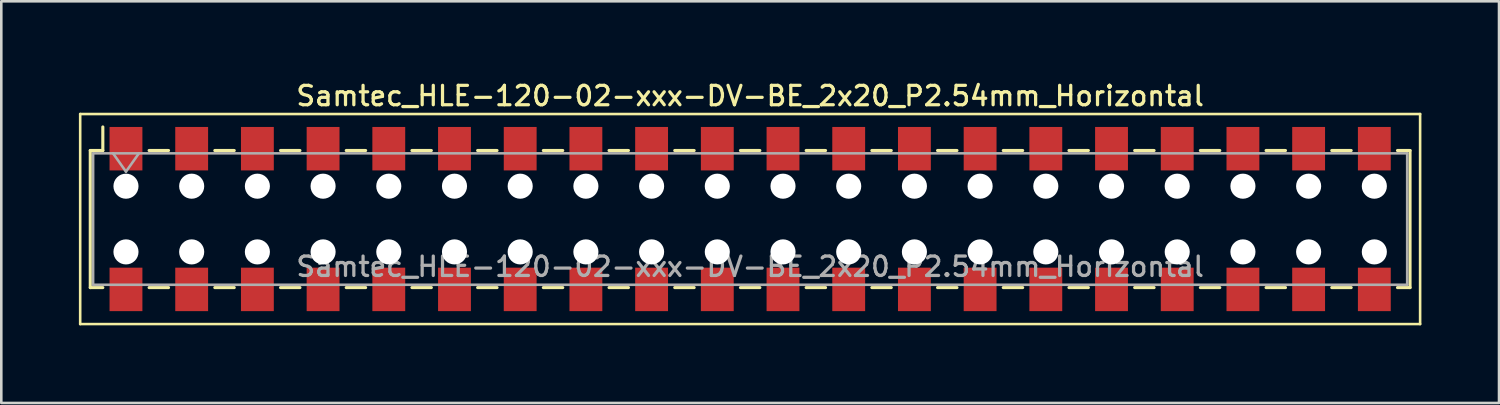
<source format=kicad_pcb>
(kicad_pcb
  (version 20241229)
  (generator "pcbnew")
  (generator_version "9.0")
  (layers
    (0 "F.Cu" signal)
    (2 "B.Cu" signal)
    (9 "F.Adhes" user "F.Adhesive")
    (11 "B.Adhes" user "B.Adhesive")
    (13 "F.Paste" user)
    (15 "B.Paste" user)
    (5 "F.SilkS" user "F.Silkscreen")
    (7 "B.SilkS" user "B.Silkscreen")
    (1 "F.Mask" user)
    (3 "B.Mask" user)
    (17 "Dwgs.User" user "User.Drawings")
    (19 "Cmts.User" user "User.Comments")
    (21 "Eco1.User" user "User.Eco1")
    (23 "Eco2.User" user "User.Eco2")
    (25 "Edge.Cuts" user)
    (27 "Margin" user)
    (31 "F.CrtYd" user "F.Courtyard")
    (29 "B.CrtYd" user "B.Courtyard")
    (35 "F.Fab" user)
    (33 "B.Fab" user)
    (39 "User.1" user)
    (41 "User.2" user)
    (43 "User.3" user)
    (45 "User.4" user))
  (footprint "Samtec_HLE-120-02-xxx-DV-BE_2x20_P2.54mm_Horizontal"
    (layer "F.Cu")
    (at 25.95 5.418)
    (property "Reference" "Samtec_HLE-120-02-xxx-DV-BE_2x20_P2.54mm_Horizontal" (at 0 -4.76 0) (layer "F.SilkS") (effects (font (size 0.75 0.75) (thickness 0.125))))
    (attr smd)
    (fp_line (start -25.9 -4.06) (end 25.9 -4.06) (stroke (width 0.1) (type solid)) (layer "F.SilkS"))
    (fp_line (start -25.9 4.06) (end -25.9 -4.06) (stroke (width 0.1) (type solid)) (layer "F.SilkS"))
    (fp_line (start -25.51 -2.65) (end -25.51 2.65) (stroke (width 0.12) (type solid)) (layer "F.SilkS"))
    (fp_line (start -25.51 2.65) (end -25.025 2.65) (stroke (width 0.12) (type solid)) (layer "F.SilkS"))
    (fp_line (start -25.025 -3.56) (end -25.025 -2.65) (stroke (width 0.12) (type solid)) (layer "F.SilkS"))
    (fp_line (start -25.025 -2.65) (end -25.51 -2.65) (stroke (width 0.12) (type solid)) (layer "F.SilkS"))
    (fp_line (start -23.235 -2.65) (end -22.485 -2.65) (stroke (width 0.12) (type solid)) (layer "F.SilkS"))
    (fp_line (start -23.235 2.65) (end -22.485 2.65) (stroke (width 0.12) (type solid)) (layer "F.SilkS"))
    (fp_line (start -20.695 -2.65) (end -19.945 -2.65) (stroke (width 0.12) (type solid)) (layer "F.SilkS"))
    (fp_line (start -20.695 2.65) (end -19.945 2.65) (stroke (width 0.12) (type solid)) (layer "F.SilkS"))
    (fp_line (start -18.155 -2.65) (end -17.405 -2.65) (stroke (width 0.12) (type solid)) (layer "F.SilkS"))
    (fp_line (start -18.155 2.65) (end -17.405 2.65) (stroke (width 0.12) (type solid)) (layer "F.SilkS"))
    (fp_line (start -15.615 -2.65) (end -14.865 -2.65) (stroke (width 0.12) (type solid)) (layer "F.SilkS"))
    (fp_line (start -15.615 2.65) (end -14.865 2.65) (stroke (width 0.12) (type solid)) (layer "F.SilkS"))
    (fp_line (start -13.075 -2.65) (end -12.325 -2.65) (stroke (width 0.12) (type solid)) (layer "F.SilkS"))
    (fp_line (start -13.075 2.65) (end -12.325 2.65) (stroke (width 0.12) (type solid)) (layer "F.SilkS"))
    (fp_line (start -10.535 -2.65) (end -9.785 -2.65) (stroke (width 0.12) (type solid)) (layer "F.SilkS"))
    (fp_line (start -10.535 2.65) (end -9.785 2.65) (stroke (width 0.12) (type solid)) (layer "F.SilkS"))
    (fp_line (start -7.995 -2.65) (end -7.245 -2.65) (stroke (width 0.12) (type solid)) (layer "F.SilkS"))
    (fp_line (start -7.995 2.65) (end -7.245 2.65) (stroke (width 0.12) (type solid)) (layer "F.SilkS"))
    (fp_line (start -5.455 -2.65) (end -4.705 -2.65) (stroke (width 0.12) (type solid)) (layer "F.SilkS"))
    (fp_line (start -5.455 2.65) (end -4.705 2.65) (stroke (width 0.12) (type solid)) (layer "F.SilkS"))
    (fp_line (start -2.915 -2.65) (end -2.165 -2.65) (stroke (width 0.12) (type solid)) (layer "F.SilkS"))
    (fp_line (start -2.915 2.65) (end -2.165 2.65) (stroke (width 0.12) (type solid)) (layer "F.SilkS"))
    (fp_line (start -0.375 -2.65) (end 0.375 -2.65) (stroke (width 0.12) (type solid)) (layer "F.SilkS"))
    (fp_line (start -0.375 2.65) (end 0.375 2.65) (stroke (width 0.12) (type solid)) (layer "F.SilkS"))
    (fp_line (start 2.165 -2.65) (end 2.915 -2.65) (stroke (width 0.12) (type solid)) (layer "F.SilkS"))
    (fp_line (start 2.165 2.65) (end 2.915 2.65) (stroke (width 0.12) (type solid)) (layer "F.SilkS"))
    (fp_line (start 4.705 -2.65) (end 5.455 -2.65) (stroke (width 0.12) (type solid)) (layer "F.SilkS"))
    (fp_line (start 4.705 2.65) (end 5.455 2.65) (stroke (width 0.12) (type solid)) (layer "F.SilkS"))
    (fp_line (start 7.245 -2.65) (end 7.995 -2.65) (stroke (width 0.12) (type solid)) (layer "F.SilkS"))
    (fp_line (start 7.245 2.65) (end 7.995 2.65) (stroke (width 0.12) (type solid)) (layer "F.SilkS"))
    (fp_line (start 9.785 -2.65) (end 10.535 -2.65) (stroke (width 0.12) (type solid)) (layer "F.SilkS"))
    (fp_line (start 9.785 2.65) (end 10.535 2.65) (stroke (width 0.12) (type solid)) (layer "F.SilkS"))
    (fp_line (start 12.325 -2.65) (end 13.075 -2.65) (stroke (width 0.12) (type solid)) (layer "F.SilkS"))
    (fp_line (start 12.325 2.65) (end 13.075 2.65) (stroke (width 0.12) (type solid)) (layer "F.SilkS"))
    (fp_line (start 14.865 -2.65) (end 15.615 -2.65) (stroke (width 0.12) (type solid)) (layer "F.SilkS"))
    (fp_line (start 14.865 2.65) (end 15.615 2.65) (stroke (width 0.12) (type solid)) (layer "F.SilkS"))
    (fp_line (start 17.405 -2.65) (end 18.155 -2.65) (stroke (width 0.12) (type solid)) (layer "F.SilkS"))
    (fp_line (start 17.405 2.65) (end 18.155 2.65) (stroke (width 0.12) (type solid)) (layer "F.SilkS"))
    (fp_line (start 19.945 -2.65) (end 20.695 -2.65) (stroke (width 0.12) (type solid)) (layer "F.SilkS"))
    (fp_line (start 19.945 2.65) (end 20.695 2.65) (stroke (width 0.12) (type solid)) (layer "F.SilkS"))
    (fp_line (start 22.485 -2.65) (end 23.235 -2.65) (stroke (width 0.12) (type solid)) (layer "F.SilkS"))
    (fp_line (start 22.485 2.65) (end 23.235 2.65) (stroke (width 0.12) (type solid)) (layer "F.SilkS"))
    (fp_line (start 25.025 -2.65) (end 25.51 -2.65) (stroke (width 0.12) (type solid)) (layer "F.SilkS"))
    (fp_line (start 25.51 -2.65) (end 25.51 2.65) (stroke (width 0.12) (type solid)) (layer "F.SilkS"))
    (fp_line (start 25.51 2.65) (end 25.025 2.65) (stroke (width 0.12) (type solid)) (layer "F.SilkS"))
    (fp_line (start 25.9 -4.06) (end 25.9 4.06) (stroke (width 0.1) (type solid)) (layer "F.SilkS"))
    (fp_line (start 25.9 4.06) (end -25.9 4.06) (stroke (width 0.1) (type solid)) (layer "F.SilkS"))
    (fp_line (start -25.4 -2.54) (end 25.4 -2.54) (stroke (width 0.1) (type solid)) (layer "F.Fab"))
    (fp_line (start -25.4 2.54) (end -25.4 -2.54) (stroke (width 0.1) (type solid)) (layer "F.Fab"))
    (fp_line (start -24.63 -2.54) (end -24.13 -1.833) (stroke (width 0.1) (type solid)) (layer "F.Fab"))
    (fp_line (start -24.13 -1.833) (end -23.63 -2.54) (stroke (width 0.1) (type solid)) (layer "F.Fab"))
    (fp_line (start 25.4 -2.54) (end 25.4 2.54) (stroke (width 0.1) (type solid)) (layer "F.Fab"))
    (fp_line (start 25.4 2.54) (end -25.4 2.54) (stroke (width 0.1) (type solid)) (layer "F.Fab"))
    (fp_text user "${REFERENCE}" (at 0 1.84 0) (layer "F.Fab") (effects (font (size 0.75 0.75) (thickness 0.125))))
    (pad "" np_thru_hole circle (at -24.13 -1.27) (size 0.97 0.97) (drill 0.97) (layers "*.Cu" "*.Mask"))
    (pad "" np_thru_hole circle (at -24.13 1.27) (size 0.97 0.97) (drill 0.97) (layers "*.Cu" "*.Mask"))
    (pad "" np_thru_hole circle (at -21.59 -1.27) (size 0.97 0.97) (drill 0.97) (layers "*.Cu" "*.Mask"))
    (pad "" np_thru_hole circle (at -21.59 1.27) (size 0.97 0.97) (drill 0.97) (layers "*.Cu" "*.Mask"))
    (pad "" np_thru_hole circle (at -19.05 -1.27) (size 0.97 0.97) (drill 0.97) (layers "*.Cu" "*.Mask"))
    (pad "" np_thru_hole circle (at -19.05 1.27) (size 0.97 0.97) (drill 0.97) (layers "*.Cu" "*.Mask"))
    (pad "" np_thru_hole circle (at -16.51 -1.27) (size 0.97 0.97) (drill 0.97) (layers "*.Cu" "*.Mask"))
    (pad "" np_thru_hole circle (at -16.51 1.27) (size 0.97 0.97) (drill 0.97) (layers "*.Cu" "*.Mask"))
    (pad "" np_thru_hole circle (at -13.97 -1.27) (size 0.97 0.97) (drill 0.97) (layers "*.Cu" "*.Mask"))
    (pad "" np_thru_hole circle (at -13.97 1.27) (size 0.97 0.97) (drill 0.97) (layers "*.Cu" "*.Mask"))
    (pad "" np_thru_hole circle (at -11.43 -1.27) (size 0.97 0.97) (drill 0.97) (layers "*.Cu" "*.Mask"))
    (pad "" np_thru_hole circle (at -11.43 1.27) (size 0.97 0.97) (drill 0.97) (layers "*.Cu" "*.Mask"))
    (pad "" np_thru_hole circle (at -8.89 -1.27) (size 0.97 0.97) (drill 0.97) (layers "*.Cu" "*.Mask"))
    (pad "" np_thru_hole circle (at -8.89 1.27) (size 0.97 0.97) (drill 0.97) (layers "*.Cu" "*.Mask"))
    (pad "" np_thru_hole circle (at -6.35 -1.27) (size 0.97 0.97) (drill 0.97) (layers "*.Cu" "*.Mask"))
    (pad "" np_thru_hole circle (at -6.35 1.27) (size 0.97 0.97) (drill 0.97) (layers "*.Cu" "*.Mask"))
    (pad "" np_thru_hole circle (at -3.81 -1.27) (size 0.97 0.97) (drill 0.97) (layers "*.Cu" "*.Mask"))
    (pad "" np_thru_hole circle (at -3.81 1.27) (size 0.97 0.97) (drill 0.97) (layers "*.Cu" "*.Mask"))
    (pad "" np_thru_hole circle (at -1.27 -1.27) (size 0.97 0.97) (drill 0.97) (layers "*.Cu" "*.Mask"))
    (pad "" np_thru_hole circle (at -1.27 1.27) (size 0.97 0.97) (drill 0.97) (layers "*.Cu" "*.Mask"))
    (pad "" np_thru_hole circle (at 1.27 -1.27) (size 0.97 0.97) (drill 0.97) (layers "*.Cu" "*.Mask"))
    (pad "" np_thru_hole circle (at 1.27 1.27) (size 0.97 0.97) (drill 0.97) (layers "*.Cu" "*.Mask"))
    (pad "" np_thru_hole circle (at 3.81 -1.27) (size 0.97 0.97) (drill 0.97) (layers "*.Cu" "*.Mask"))
    (pad "" np_thru_hole circle (at 3.81 1.27) (size 0.97 0.97) (drill 0.97) (layers "*.Cu" "*.Mask"))
    (pad "" np_thru_hole circle (at 6.35 -1.27) (size 0.97 0.97) (drill 0.97) (layers "*.Cu" "*.Mask"))
    (pad "" np_thru_hole circle (at 6.35 1.27) (size 0.97 0.97) (drill 0.97) (layers "*.Cu" "*.Mask"))
    (pad "" np_thru_hole circle (at 8.89 -1.27) (size 0.97 0.97) (drill 0.97) (layers "*.Cu" "*.Mask"))
    (pad "" np_thru_hole circle (at 8.89 1.27) (size 0.97 0.97) (drill 0.97) (layers "*.Cu" "*.Mask"))
    (pad "" np_thru_hole circle (at 11.43 -1.27) (size 0.97 0.97) (drill 0.97) (layers "*.Cu" "*.Mask"))
    (pad "" np_thru_hole circle (at 11.43 1.27) (size 0.97 0.97) (drill 0.97) (layers "*.Cu" "*.Mask"))
    (pad "" np_thru_hole circle (at 13.97 -1.27) (size 0.97 0.97) (drill 0.97) (layers "*.Cu" "*.Mask"))
    (pad "" np_thru_hole circle (at 13.97 1.27) (size 0.97 0.97) (drill 0.97) (layers "*.Cu" "*.Mask"))
    (pad "" np_thru_hole circle (at 16.51 -1.27) (size 0.97 0.97) (drill 0.97) (layers "*.Cu" "*.Mask"))
    (pad "" np_thru_hole circle (at 16.51 1.27) (size 0.97 0.97) (drill 0.97) (layers "*.Cu" "*.Mask"))
    (pad "" np_thru_hole circle (at 19.05 -1.27) (size 0.97 0.97) (drill 0.97) (layers "*.Cu" "*.Mask"))
    (pad "" np_thru_hole circle (at 19.05 1.27) (size 0.97 0.97) (drill 0.97) (layers "*.Cu" "*.Mask"))
    (pad "" np_thru_hole circle (at 21.59 -1.27) (size 0.97 0.97) (drill 0.97) (layers "*.Cu" "*.Mask"))
    (pad "" np_thru_hole circle (at 21.59 1.27) (size 0.97 0.97) (drill 0.97) (layers "*.Cu" "*.Mask"))
    (pad "" np_thru_hole circle (at 24.13 -1.27) (size 0.97 0.97) (drill 0.97) (layers "*.Cu" "*.Mask"))
    (pad "" np_thru_hole circle (at 24.13 1.27) (size 0.97 0.97) (drill 0.97) (layers "*.Cu" "*.Mask"))
    (pad "1" smd rect (at -24.13 -2.72) (size 1.27 1.68) (layers "F.Cu" "F.Mask" "F.Paste"))
    (pad "2" smd rect (at -24.13 2.72) (size 1.27 1.68) (layers "F.Cu" "F.Mask" "F.Paste"))
    (pad "3" smd rect (at -21.59 -2.72) (size 1.27 1.68) (layers "F.Cu" "F.Mask" "F.Paste"))
    (pad "4" smd rect (at -21.59 2.72) (size 1.27 1.68) (layers "F.Cu" "F.Mask" "F.Paste"))
    (pad "5" smd rect (at -19.05 -2.72) (size 1.27 1.68) (layers "F.Cu" "F.Mask" "F.Paste"))
    (pad "6" smd rect (at -19.05 2.72) (size 1.27 1.68) (layers "F.Cu" "F.Mask" "F.Paste"))
    (pad "7" smd rect (at -16.51 -2.72) (size 1.27 1.68) (layers "F.Cu" "F.Mask" "F.Paste"))
    (pad "8" smd rect (at -16.51 2.72) (size 1.27 1.68) (layers "F.Cu" "F.Mask" "F.Paste"))
    (pad "9" smd rect (at -13.97 -2.72) (size 1.27 1.68) (layers "F.Cu" "F.Mask" "F.Paste"))
    (pad "10" smd rect (at -13.97 2.72) (size 1.27 1.68) (layers "F.Cu" "F.Mask" "F.Paste"))
    (pad "11" smd rect (at -11.43 -2.72) (size 1.27 1.68) (layers "F.Cu" "F.Mask" "F.Paste"))
    (pad "12" smd rect (at -11.43 2.72) (size 1.27 1.68) (layers "F.Cu" "F.Mask" "F.Paste"))
    (pad "13" smd rect (at -8.89 -2.72) (size 1.27 1.68) (layers "F.Cu" "F.Mask" "F.Paste"))
    (pad "14" smd rect (at -8.89 2.72) (size 1.27 1.68) (layers "F.Cu" "F.Mask" "F.Paste"))
    (pad "15" smd rect (at -6.35 -2.72) (size 1.27 1.68) (layers "F.Cu" "F.Mask" "F.Paste"))
    (pad "16" smd rect (at -6.35 2.72) (size 1.27 1.68) (layers "F.Cu" "F.Mask" "F.Paste"))
    (pad "17" smd rect (at -3.81 -2.72) (size 1.27 1.68) (layers "F.Cu" "F.Mask" "F.Paste"))
    (pad "18" smd rect (at -3.81 2.72) (size 1.27 1.68) (layers "F.Cu" "F.Mask" "F.Paste"))
    (pad "19" smd rect (at -1.27 -2.72) (size 1.27 1.68) (layers "F.Cu" "F.Mask" "F.Paste"))
    (pad "20" smd rect (at -1.27 2.72) (size 1.27 1.68) (layers "F.Cu" "F.Mask" "F.Paste"))
    (pad "21" smd rect (at 1.27 -2.72) (size 1.27 1.68) (layers "F.Cu" "F.Mask" "F.Paste"))
    (pad "22" smd rect (at 1.27 2.72) (size 1.27 1.68) (layers "F.Cu" "F.Mask" "F.Paste"))
    (pad "23" smd rect (at 3.81 -2.72) (size 1.27 1.68) (layers "F.Cu" "F.Mask" "F.Paste"))
    (pad "24" smd rect (at 3.81 2.72) (size 1.27 1.68) (layers "F.Cu" "F.Mask" "F.Paste"))
    (pad "25" smd rect (at 6.35 -2.72) (size 1.27 1.68) (layers "F.Cu" "F.Mask" "F.Paste"))
    (pad "26" smd rect (at 6.35 2.72) (size 1.27 1.68) (layers "F.Cu" "F.Mask" "F.Paste"))
    (pad "27" smd rect (at 8.89 -2.72) (size 1.27 1.68) (layers "F.Cu" "F.Mask" "F.Paste"))
    (pad "28" smd rect (at 8.89 2.72) (size 1.27 1.68) (layers "F.Cu" "F.Mask" "F.Paste"))
    (pad "29" smd rect (at 11.43 -2.72) (size 1.27 1.68) (layers "F.Cu" "F.Mask" "F.Paste"))
    (pad "30" smd rect (at 11.43 2.72) (size 1.27 1.68) (layers "F.Cu" "F.Mask" "F.Paste"))
    (pad "31" smd rect (at 13.97 -2.72) (size 1.27 1.68) (layers "F.Cu" "F.Mask" "F.Paste"))
    (pad "32" smd rect (at 13.97 2.72) (size 1.27 1.68) (layers "F.Cu" "F.Mask" "F.Paste"))
    (pad "33" smd rect (at 16.51 -2.72) (size 1.27 1.68) (layers "F.Cu" "F.Mask" "F.Paste"))
    (pad "34" smd rect (at 16.51 2.72) (size 1.27 1.68) (layers "F.Cu" "F.Mask" "F.Paste"))
    (pad "35" smd rect (at 19.05 -2.72) (size 1.27 1.68) (layers "F.Cu" "F.Mask" "F.Paste"))
    (pad "36" smd rect (at 19.05 2.72) (size 1.27 1.68) (layers "F.Cu" "F.Mask" "F.Paste"))
    (pad "37" smd rect (at 21.59 -2.72) (size 1.27 1.68) (layers "F.Cu" "F.Mask" "F.Paste"))
    (pad "38" smd rect (at 21.59 2.72) (size 1.27 1.68) (layers "F.Cu" "F.Mask" "F.Paste"))
    (pad "39" smd rect (at 24.13 -2.72) (size 1.27 1.68) (layers "F.Cu" "F.Mask" "F.Paste"))
    (pad "40" smd rect (at 24.13 2.72) (size 1.27 1.68) (layers "F.Cu" "F.Mask" "F.Paste")))
  (gr_rect
    (start -3 -3)
    (end 54.9 12.528)
    (stroke (width 0.1) (type default))
    (fill no)
    (layer "Edge.Cuts")))
</source>
